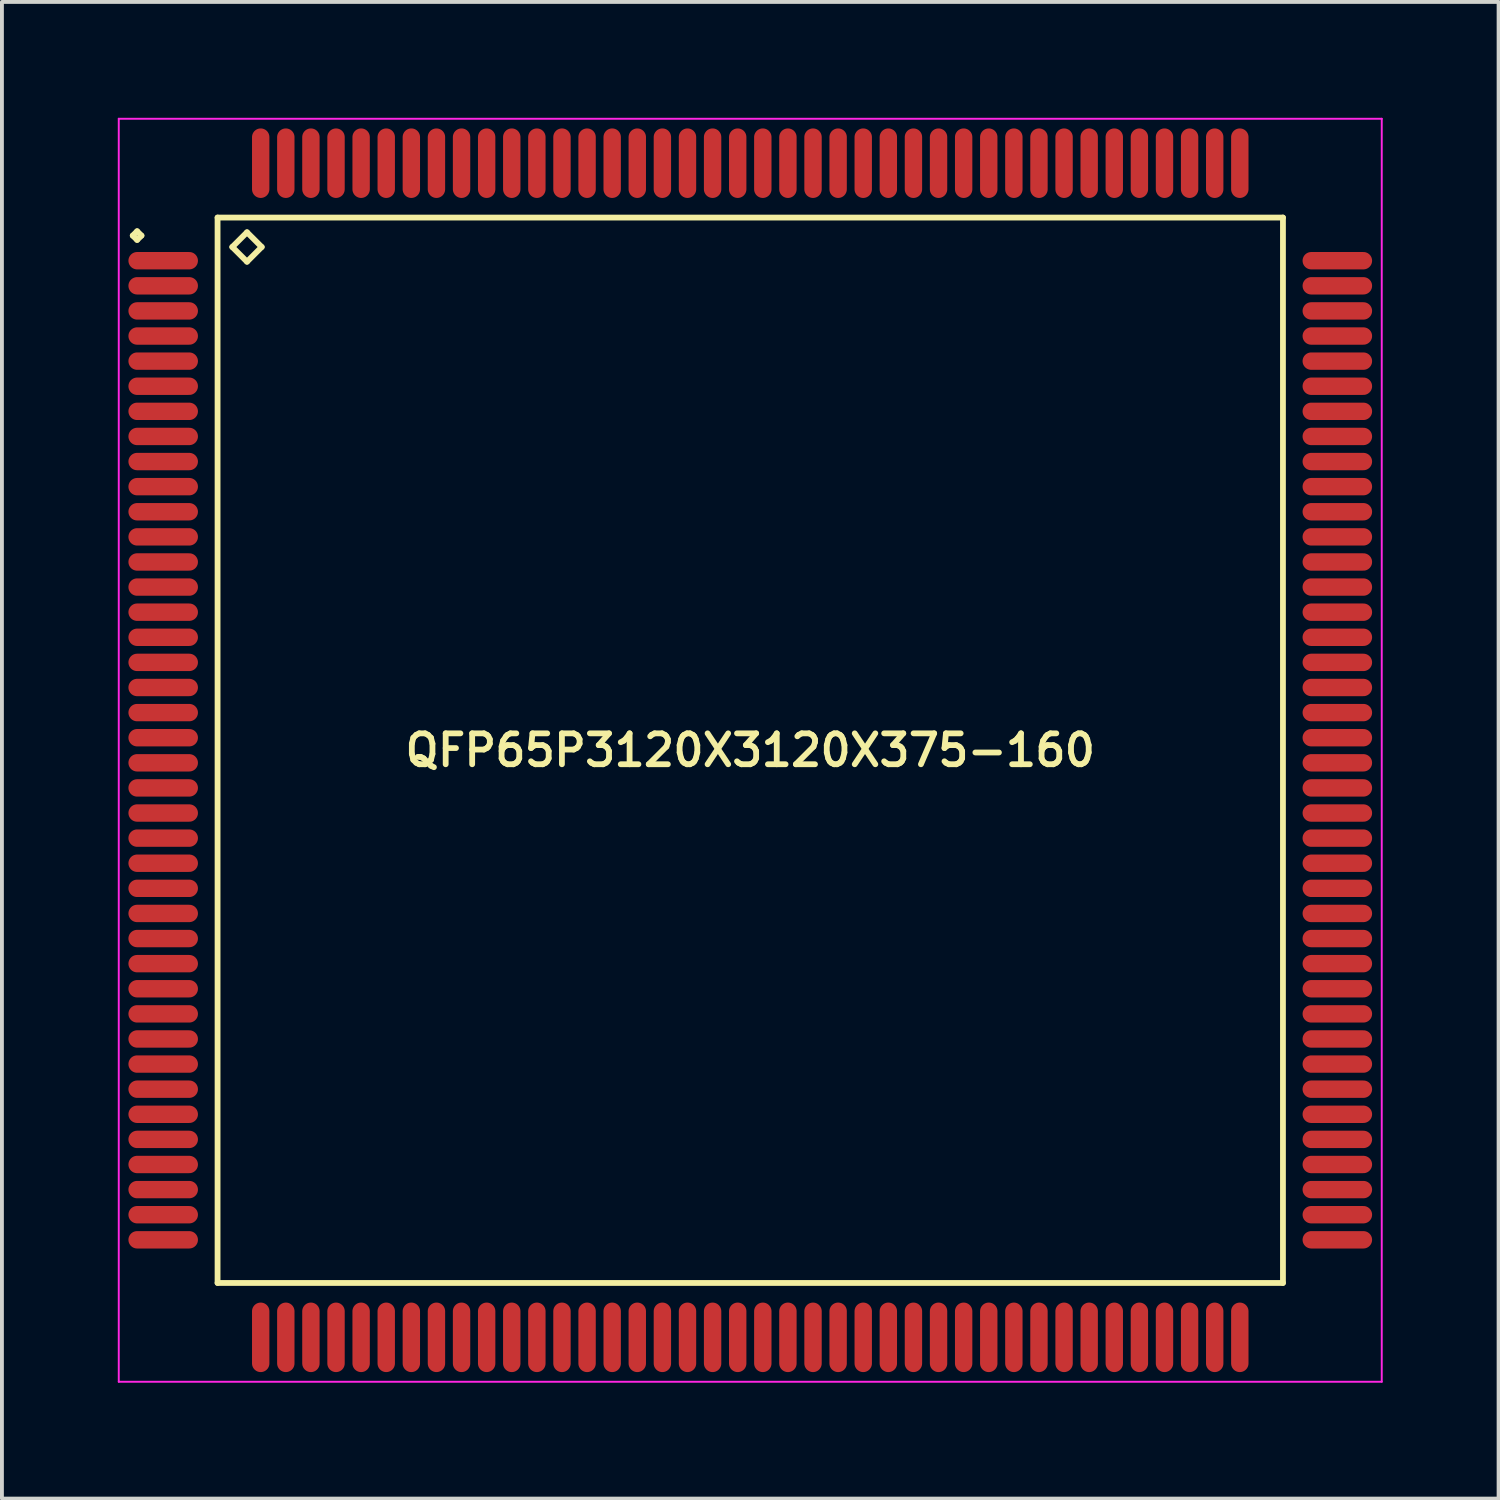
<source format=kicad_pcb>
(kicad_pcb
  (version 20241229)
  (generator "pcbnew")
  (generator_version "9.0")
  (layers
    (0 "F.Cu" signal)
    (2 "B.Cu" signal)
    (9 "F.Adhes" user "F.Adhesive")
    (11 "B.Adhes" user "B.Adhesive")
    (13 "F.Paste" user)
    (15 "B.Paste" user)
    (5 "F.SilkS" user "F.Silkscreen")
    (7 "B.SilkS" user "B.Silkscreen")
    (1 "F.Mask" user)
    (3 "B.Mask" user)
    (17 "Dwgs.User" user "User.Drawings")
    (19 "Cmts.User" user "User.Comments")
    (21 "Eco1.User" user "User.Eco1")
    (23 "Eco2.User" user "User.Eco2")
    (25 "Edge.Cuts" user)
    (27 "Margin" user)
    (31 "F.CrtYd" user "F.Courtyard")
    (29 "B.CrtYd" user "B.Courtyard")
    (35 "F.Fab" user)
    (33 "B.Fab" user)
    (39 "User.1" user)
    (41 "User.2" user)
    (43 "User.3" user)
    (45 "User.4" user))
  (footprint "QFP65P3120X3120X375-160"
    (layer "F.Cu")
    (at 16.375 16.375)
    (property "Reference" "QFP65P3120X3120X375-160" (at 0 0 0) (layer "F.SilkS") (effects (font (size 0.8 0.8) (thickness 0.15))))
    (attr smd)
    (fp_line (start -15.988 -13.325) (end -15.875 -13.438) (stroke (width 0.15) (type solid)) (layer "F.SilkS"))
    (fp_line (start -15.875 -13.438) (end -15.762 -13.325) (stroke (width 0.15) (type solid)) (layer "F.SilkS"))
    (fp_line (start -15.875 -13.213) (end -15.988 -13.325) (stroke (width 0.15) (type solid)) (layer "F.SilkS"))
    (fp_line (start -15.762 -13.325) (end -15.875 -13.213) (stroke (width 0.15) (type solid)) (layer "F.SilkS"))
    (fp_line (start -13.792 -13.792) (end -13.792 13.792) (stroke (width 0.15) (type solid)) (layer "F.SilkS"))
    (fp_line (start -13.792 13.792) (end 13.792 13.792) (stroke (width 0.15) (type solid)) (layer "F.SilkS"))
    (fp_line (start -13.411 -13.03) (end -13.03 -13.411) (stroke (width 0.15) (type solid)) (layer "F.SilkS"))
    (fp_line (start -13.03 -13.411) (end -12.649 -13.03) (stroke (width 0.15) (type solid)) (layer "F.SilkS"))
    (fp_line (start -13.03 -12.649) (end -13.411 -13.03) (stroke (width 0.15) (type solid)) (layer "F.SilkS"))
    (fp_line (start -12.649 -13.03) (end -13.03 -12.649) (stroke (width 0.15) (type solid)) (layer "F.SilkS"))
    (fp_line (start 13.792 -13.792) (end -13.792 -13.792) (stroke (width 0.15) (type solid)) (layer "F.SilkS"))
    (fp_line (start 13.792 13.792) (end 13.792 -13.792) (stroke (width 0.15) (type solid)) (layer "F.SilkS"))
    (fp_line (start -16.35 -16.35) (end 16.35 -16.35) (stroke (width 0.05) (type solid)) (layer "F.CrtYd"))
    (fp_line (start -16.35 16.35) (end -16.35 -16.35) (stroke (width 0.05) (type solid)) (layer "F.CrtYd"))
    (fp_line (start 16.35 -16.35) (end 16.35 16.35) (stroke (width 0.05) (type solid)) (layer "F.CrtYd"))
    (fp_line (start 16.35 16.35) (end -16.35 16.35) (stroke (width 0.05) (type solid)) (layer "F.CrtYd"))
    (pad "1" smd oval (at -15.2 -12.675) (size 1.8 0.45) (layers "F.Cu" "F.Mask" "F.Paste"))
    (pad "2" smd oval (at -15.2 -12.025) (size 1.8 0.45) (layers "F.Cu" "F.Mask" "F.Paste"))
    (pad "3" smd oval (at -15.2 -11.375) (size 1.8 0.45) (layers "F.Cu" "F.Mask" "F.Paste"))
    (pad "4" smd oval (at -15.2 -10.725) (size 1.8 0.45) (layers "F.Cu" "F.Mask" "F.Paste"))
    (pad "5" smd oval (at -15.2 -10.075) (size 1.8 0.45) (layers "F.Cu" "F.Mask" "F.Paste"))
    (pad "6" smd oval (at -15.2 -9.425) (size 1.8 0.45) (layers "F.Cu" "F.Mask" "F.Paste"))
    (pad "7" smd oval (at -15.2 -8.775) (size 1.8 0.45) (layers "F.Cu" "F.Mask" "F.Paste"))
    (pad "8" smd oval (at -15.2 -8.125) (size 1.8 0.45) (layers "F.Cu" "F.Mask" "F.Paste"))
    (pad "9" smd oval (at -15.2 -7.475) (size 1.8 0.45) (layers "F.Cu" "F.Mask" "F.Paste"))
    (pad "10" smd oval (at -15.2 -6.825) (size 1.8 0.45) (layers "F.Cu" "F.Mask" "F.Paste"))
    (pad "11" smd oval (at -15.2 -6.175) (size 1.8 0.45) (layers "F.Cu" "F.Mask" "F.Paste"))
    (pad "12" smd oval (at -15.2 -5.525) (size 1.8 0.45) (layers "F.Cu" "F.Mask" "F.Paste"))
    (pad "13" smd oval (at -15.2 -4.875) (size 1.8 0.45) (layers "F.Cu" "F.Mask" "F.Paste"))
    (pad "14" smd oval (at -15.2 -4.225) (size 1.8 0.45) (layers "F.Cu" "F.Mask" "F.Paste"))
    (pad "15" smd oval (at -15.2 -3.575) (size 1.8 0.45) (layers "F.Cu" "F.Mask" "F.Paste"))
    (pad "16" smd oval (at -15.2 -2.925) (size 1.8 0.45) (layers "F.Cu" "F.Mask" "F.Paste"))
    (pad "17" smd oval (at -15.2 -2.275) (size 1.8 0.45) (layers "F.Cu" "F.Mask" "F.Paste"))
    (pad "18" smd oval (at -15.2 -1.625) (size 1.8 0.45) (layers "F.Cu" "F.Mask" "F.Paste"))
    (pad "19" smd oval (at -15.2 -0.975) (size 1.8 0.45) (layers "F.Cu" "F.Mask" "F.Paste"))
    (pad "20" smd oval (at -15.2 -0.325) (size 1.8 0.45) (layers "F.Cu" "F.Mask" "F.Paste"))
    (pad "21" smd oval (at -15.2 0.325) (size 1.8 0.45) (layers "F.Cu" "F.Mask" "F.Paste"))
    (pad "22" smd oval (at -15.2 0.975) (size 1.8 0.45) (layers "F.Cu" "F.Mask" "F.Paste"))
    (pad "23" smd oval (at -15.2 1.625) (size 1.8 0.45) (layers "F.Cu" "F.Mask" "F.Paste"))
    (pad "24" smd oval (at -15.2 2.275) (size 1.8 0.45) (layers "F.Cu" "F.Mask" "F.Paste"))
    (pad "25" smd oval (at -15.2 2.925) (size 1.8 0.45) (layers "F.Cu" "F.Mask" "F.Paste"))
    (pad "26" smd oval (at -15.2 3.575) (size 1.8 0.45) (layers "F.Cu" "F.Mask" "F.Paste"))
    (pad "27" smd oval (at -15.2 4.225) (size 1.8 0.45) (layers "F.Cu" "F.Mask" "F.Paste"))
    (pad "28" smd oval (at -15.2 4.875) (size 1.8 0.45) (layers "F.Cu" "F.Mask" "F.Paste"))
    (pad "29" smd oval (at -15.2 5.525) (size 1.8 0.45) (layers "F.Cu" "F.Mask" "F.Paste"))
    (pad "30" smd oval (at -15.2 6.175) (size 1.8 0.45) (layers "F.Cu" "F.Mask" "F.Paste"))
    (pad "31" smd oval (at -15.2 6.825) (size 1.8 0.45) (layers "F.Cu" "F.Mask" "F.Paste"))
    (pad "32" smd oval (at -15.2 7.475) (size 1.8 0.45) (layers "F.Cu" "F.Mask" "F.Paste"))
    (pad "33" smd oval (at -15.2 8.125) (size 1.8 0.45) (layers "F.Cu" "F.Mask" "F.Paste"))
    (pad "34" smd oval (at -15.2 8.775) (size 1.8 0.45) (layers "F.Cu" "F.Mask" "F.Paste"))
    (pad "35" smd oval (at -15.2 9.425) (size 1.8 0.45) (layers "F.Cu" "F.Mask" "F.Paste"))
    (pad "36" smd oval (at -15.2 10.075) (size 1.8 0.45) (layers "F.Cu" "F.Mask" "F.Paste"))
    (pad "37" smd oval (at -15.2 10.725) (size 1.8 0.45) (layers "F.Cu" "F.Mask" "F.Paste"))
    (pad "38" smd oval (at -15.2 11.375) (size 1.8 0.45) (layers "F.Cu" "F.Mask" "F.Paste"))
    (pad "39" smd oval (at -15.2 12.025) (size 1.8 0.45) (layers "F.Cu" "F.Mask" "F.Paste"))
    (pad "40" smd oval (at -15.2 12.675) (size 1.8 0.45) (layers "F.Cu" "F.Mask" "F.Paste"))
    (pad "41" smd oval (at -12.675 15.2) (size 0.45 1.8) (layers "F.Cu" "F.Mask" "F.Paste"))
    (pad "42" smd oval (at -12.025 15.2) (size 0.45 1.8) (layers "F.Cu" "F.Mask" "F.Paste"))
    (pad "43" smd oval (at -11.375 15.2) (size 0.45 1.8) (layers "F.Cu" "F.Mask" "F.Paste"))
    (pad "44" smd oval (at -10.725 15.2) (size 0.45 1.8) (layers "F.Cu" "F.Mask" "F.Paste"))
    (pad "45" smd oval (at -10.075 15.2) (size 0.45 1.8) (layers "F.Cu" "F.Mask" "F.Paste"))
    (pad "46" smd oval (at -9.425 15.2) (size 0.45 1.8) (layers "F.Cu" "F.Mask" "F.Paste"))
    (pad "47" smd oval (at -8.775 15.2) (size 0.45 1.8) (layers "F.Cu" "F.Mask" "F.Paste"))
    (pad "48" smd oval (at -8.125 15.2) (size 0.45 1.8) (layers "F.Cu" "F.Mask" "F.Paste"))
    (pad "49" smd oval (at -7.475 15.2) (size 0.45 1.8) (layers "F.Cu" "F.Mask" "F.Paste"))
    (pad "50" smd oval (at -6.825 15.2) (size 0.45 1.8) (layers "F.Cu" "F.Mask" "F.Paste"))
    (pad "51" smd oval (at -6.175 15.2) (size 0.45 1.8) (layers "F.Cu" "F.Mask" "F.Paste"))
    (pad "52" smd oval (at -5.525 15.2) (size 0.45 1.8) (layers "F.Cu" "F.Mask" "F.Paste"))
    (pad "53" smd oval (at -4.875 15.2) (size 0.45 1.8) (layers "F.Cu" "F.Mask" "F.Paste"))
    (pad "54" smd oval (at -4.225 15.2) (size 0.45 1.8) (layers "F.Cu" "F.Mask" "F.Paste"))
    (pad "55" smd oval (at -3.575 15.2) (size 0.45 1.8) (layers "F.Cu" "F.Mask" "F.Paste"))
    (pad "56" smd oval (at -2.925 15.2) (size 0.45 1.8) (layers "F.Cu" "F.Mask" "F.Paste"))
    (pad "57" smd oval (at -2.275 15.2) (size 0.45 1.8) (layers "F.Cu" "F.Mask" "F.Paste"))
    (pad "58" smd oval (at -1.625 15.2) (size 0.45 1.8) (layers "F.Cu" "F.Mask" "F.Paste"))
    (pad "59" smd oval (at -0.975 15.2) (size 0.45 1.8) (layers "F.Cu" "F.Mask" "F.Paste"))
    (pad "60" smd oval (at -0.325 15.2) (size 0.45 1.8) (layers "F.Cu" "F.Mask" "F.Paste"))
    (pad "61" smd oval (at 0.325 15.2) (size 0.45 1.8) (layers "F.Cu" "F.Mask" "F.Paste"))
    (pad "62" smd oval (at 0.975 15.2) (size 0.45 1.8) (layers "F.Cu" "F.Mask" "F.Paste"))
    (pad "63" smd oval (at 1.625 15.2) (size 0.45 1.8) (layers "F.Cu" "F.Mask" "F.Paste"))
    (pad "64" smd oval (at 2.275 15.2) (size 0.45 1.8) (layers "F.Cu" "F.Mask" "F.Paste"))
    (pad "65" smd oval (at 2.925 15.2) (size 0.45 1.8) (layers "F.Cu" "F.Mask" "F.Paste"))
    (pad "66" smd oval (at 3.575 15.2) (size 0.45 1.8) (layers "F.Cu" "F.Mask" "F.Paste"))
    (pad "67" smd oval (at 4.225 15.2) (size 0.45 1.8) (layers "F.Cu" "F.Mask" "F.Paste"))
    (pad "68" smd oval (at 4.875 15.2) (size 0.45 1.8) (layers "F.Cu" "F.Mask" "F.Paste"))
    (pad "69" smd oval (at 5.525 15.2) (size 0.45 1.8) (layers "F.Cu" "F.Mask" "F.Paste"))
    (pad "70" smd oval (at 6.175 15.2) (size 0.45 1.8) (layers "F.Cu" "F.Mask" "F.Paste"))
    (pad "71" smd oval (at 6.825 15.2) (size 0.45 1.8) (layers "F.Cu" "F.Mask" "F.Paste"))
    (pad "72" smd oval (at 7.475 15.2) (size 0.45 1.8) (layers "F.Cu" "F.Mask" "F.Paste"))
    (pad "73" smd oval (at 8.125 15.2) (size 0.45 1.8) (layers "F.Cu" "F.Mask" "F.Paste"))
    (pad "74" smd oval (at 8.775 15.2) (size 0.45 1.8) (layers "F.Cu" "F.Mask" "F.Paste"))
    (pad "75" smd oval (at 9.425 15.2) (size 0.45 1.8) (layers "F.Cu" "F.Mask" "F.Paste"))
    (pad "76" smd oval (at 10.075 15.2) (size 0.45 1.8) (layers "F.Cu" "F.Mask" "F.Paste"))
    (pad "77" smd oval (at 10.725 15.2) (size 0.45 1.8) (layers "F.Cu" "F.Mask" "F.Paste"))
    (pad "78" smd oval (at 11.375 15.2) (size 0.45 1.8) (layers "F.Cu" "F.Mask" "F.Paste"))
    (pad "79" smd oval (at 12.025 15.2) (size 0.45 1.8) (layers "F.Cu" "F.Mask" "F.Paste"))
    (pad "80" smd oval (at 12.675 15.2) (size 0.45 1.8) (layers "F.Cu" "F.Mask" "F.Paste"))
    (pad "81" smd oval (at 15.2 12.675) (size 1.8 0.45) (layers "F.Cu" "F.Mask" "F.Paste"))
    (pad "82" smd oval (at 15.2 12.025) (size 1.8 0.45) (layers "F.Cu" "F.Mask" "F.Paste"))
    (pad "83" smd oval (at 15.2 11.375) (size 1.8 0.45) (layers "F.Cu" "F.Mask" "F.Paste"))
    (pad "84" smd oval (at 15.2 10.725) (size 1.8 0.45) (layers "F.Cu" "F.Mask" "F.Paste"))
    (pad "85" smd oval (at 15.2 10.075) (size 1.8 0.45) (layers "F.Cu" "F.Mask" "F.Paste"))
    (pad "86" smd oval (at 15.2 9.425) (size 1.8 0.45) (layers "F.Cu" "F.Mask" "F.Paste"))
    (pad "87" smd oval (at 15.2 8.775) (size 1.8 0.45) (layers "F.Cu" "F.Mask" "F.Paste"))
    (pad "88" smd oval (at 15.2 8.125) (size 1.8 0.45) (layers "F.Cu" "F.Mask" "F.Paste"))
    (pad "89" smd oval (at 15.2 7.475) (size 1.8 0.45) (layers "F.Cu" "F.Mask" "F.Paste"))
    (pad "90" smd oval (at 15.2 6.825) (size 1.8 0.45) (layers "F.Cu" "F.Mask" "F.Paste"))
    (pad "91" smd oval (at 15.2 6.175) (size 1.8 0.45) (layers "F.Cu" "F.Mask" "F.Paste"))
    (pad "92" smd oval (at 15.2 5.525) (size 1.8 0.45) (layers "F.Cu" "F.Mask" "F.Paste"))
    (pad "93" smd oval (at 15.2 4.875) (size 1.8 0.45) (layers "F.Cu" "F.Mask" "F.Paste"))
    (pad "94" smd oval (at 15.2 4.225) (size 1.8 0.45) (layers "F.Cu" "F.Mask" "F.Paste"))
    (pad "95" smd oval (at 15.2 3.575) (size 1.8 0.45) (layers "F.Cu" "F.Mask" "F.Paste"))
    (pad "96" smd oval (at 15.2 2.925) (size 1.8 0.45) (layers "F.Cu" "F.Mask" "F.Paste"))
    (pad "97" smd oval (at 15.2 2.275) (size 1.8 0.45) (layers "F.Cu" "F.Mask" "F.Paste"))
    (pad "98" smd oval (at 15.2 1.625) (size 1.8 0.45) (layers "F.Cu" "F.Mask" "F.Paste"))
    (pad "99" smd oval (at 15.2 0.975) (size 1.8 0.45) (layers "F.Cu" "F.Mask" "F.Paste"))
    (pad "100" smd oval (at 15.2 0.325) (size 1.8 0.45) (layers "F.Cu" "F.Mask" "F.Paste"))
    (pad "101" smd oval (at 15.2 -0.325) (size 1.8 0.45) (layers "F.Cu" "F.Mask" "F.Paste"))
    (pad "102" smd oval (at 15.2 -0.975) (size 1.8 0.45) (layers "F.Cu" "F.Mask" "F.Paste"))
    (pad "103" smd oval (at 15.2 -1.625) (size 1.8 0.45) (layers "F.Cu" "F.Mask" "F.Paste"))
    (pad "104" smd oval (at 15.2 -2.275) (size 1.8 0.45) (layers "F.Cu" "F.Mask" "F.Paste"))
    (pad "105" smd oval (at 15.2 -2.925) (size 1.8 0.45) (layers "F.Cu" "F.Mask" "F.Paste"))
    (pad "106" smd oval (at 15.2 -3.575) (size 1.8 0.45) (layers "F.Cu" "F.Mask" "F.Paste"))
    (pad "107" smd oval (at 15.2 -4.225) (size 1.8 0.45) (layers "F.Cu" "F.Mask" "F.Paste"))
    (pad "108" smd oval (at 15.2 -4.875) (size 1.8 0.45) (layers "F.Cu" "F.Mask" "F.Paste"))
    (pad "109" smd oval (at 15.2 -5.525) (size 1.8 0.45) (layers "F.Cu" "F.Mask" "F.Paste"))
    (pad "110" smd oval (at 15.2 -6.175) (size 1.8 0.45) (layers "F.Cu" "F.Mask" "F.Paste"))
    (pad "111" smd oval (at 15.2 -6.825) (size 1.8 0.45) (layers "F.Cu" "F.Mask" "F.Paste"))
    (pad "112" smd oval (at 15.2 -7.475) (size 1.8 0.45) (layers "F.Cu" "F.Mask" "F.Paste"))
    (pad "113" smd oval (at 15.2 -8.125) (size 1.8 0.45) (layers "F.Cu" "F.Mask" "F.Paste"))
    (pad "114" smd oval (at 15.2 -8.775) (size 1.8 0.45) (layers "F.Cu" "F.Mask" "F.Paste"))
    (pad "115" smd oval (at 15.2 -9.425) (size 1.8 0.45) (layers "F.Cu" "F.Mask" "F.Paste"))
    (pad "116" smd oval (at 15.2 -10.075) (size 1.8 0.45) (layers "F.Cu" "F.Mask" "F.Paste"))
    (pad "117" smd oval (at 15.2 -10.725) (size 1.8 0.45) (layers "F.Cu" "F.Mask" "F.Paste"))
    (pad "118" smd oval (at 15.2 -11.375) (size 1.8 0.45) (layers "F.Cu" "F.Mask" "F.Paste"))
    (pad "119" smd oval (at 15.2 -12.025) (size 1.8 0.45) (layers "F.Cu" "F.Mask" "F.Paste"))
    (pad "120" smd oval (at 15.2 -12.675) (size 1.8 0.45) (layers "F.Cu" "F.Mask" "F.Paste"))
    (pad "121" smd oval (at 12.675 -15.2) (size 0.45 1.8) (layers "F.Cu" "F.Mask" "F.Paste"))
    (pad "122" smd oval (at 12.025 -15.2) (size 0.45 1.8) (layers "F.Cu" "F.Mask" "F.Paste"))
    (pad "123" smd oval (at 11.375 -15.2) (size 0.45 1.8) (layers "F.Cu" "F.Mask" "F.Paste"))
    (pad "124" smd oval (at 10.725 -15.2) (size 0.45 1.8) (layers "F.Cu" "F.Mask" "F.Paste"))
    (pad "125" smd oval (at 10.075 -15.2) (size 0.45 1.8) (layers "F.Cu" "F.Mask" "F.Paste"))
    (pad "126" smd oval (at 9.425 -15.2) (size 0.45 1.8) (layers "F.Cu" "F.Mask" "F.Paste"))
    (pad "127" smd oval (at 8.775 -15.2) (size 0.45 1.8) (layers "F.Cu" "F.Mask" "F.Paste"))
    (pad "128" smd oval (at 8.125 -15.2) (size 0.45 1.8) (layers "F.Cu" "F.Mask" "F.Paste"))
    (pad "129" smd oval (at 7.475 -15.2) (size 0.45 1.8) (layers "F.Cu" "F.Mask" "F.Paste"))
    (pad "130" smd oval (at 6.825 -15.2) (size 0.45 1.8) (layers "F.Cu" "F.Mask" "F.Paste"))
    (pad "131" smd oval (at 6.175 -15.2) (size 0.45 1.8) (layers "F.Cu" "F.Mask" "F.Paste"))
    (pad "132" smd oval (at 5.525 -15.2) (size 0.45 1.8) (layers "F.Cu" "F.Mask" "F.Paste"))
    (pad "133" smd oval (at 4.875 -15.2) (size 0.45 1.8) (layers "F.Cu" "F.Mask" "F.Paste"))
    (pad "134" smd oval (at 4.225 -15.2) (size 0.45 1.8) (layers "F.Cu" "F.Mask" "F.Paste"))
    (pad "135" smd oval (at 3.575 -15.2) (size 0.45 1.8) (layers "F.Cu" "F.Mask" "F.Paste"))
    (pad "136" smd oval (at 2.925 -15.2) (size 0.45 1.8) (layers "F.Cu" "F.Mask" "F.Paste"))
    (pad "137" smd oval (at 2.275 -15.2) (size 0.45 1.8) (layers "F.Cu" "F.Mask" "F.Paste"))
    (pad "138" smd oval (at 1.625 -15.2) (size 0.45 1.8) (layers "F.Cu" "F.Mask" "F.Paste"))
    (pad "139" smd oval (at 0.975 -15.2) (size 0.45 1.8) (layers "F.Cu" "F.Mask" "F.Paste"))
    (pad "140" smd oval (at 0.325 -15.2) (size 0.45 1.8) (layers "F.Cu" "F.Mask" "F.Paste"))
    (pad "141" smd oval (at -0.325 -15.2) (size 0.45 1.8) (layers "F.Cu" "F.Mask" "F.Paste"))
    (pad "142" smd oval (at -0.975 -15.2) (size 0.45 1.8) (layers "F.Cu" "F.Mask" "F.Paste"))
    (pad "143" smd oval (at -1.625 -15.2) (size 0.45 1.8) (layers "F.Cu" "F.Mask" "F.Paste"))
    (pad "144" smd oval (at -2.275 -15.2) (size 0.45 1.8) (layers "F.Cu" "F.Mask" "F.Paste"))
    (pad "145" smd oval (at -2.925 -15.2) (size 0.45 1.8) (layers "F.Cu" "F.Mask" "F.Paste"))
    (pad "146" smd oval (at -3.575 -15.2) (size 0.45 1.8) (layers "F.Cu" "F.Mask" "F.Paste"))
    (pad "147" smd oval (at -4.225 -15.2) (size 0.45 1.8) (layers "F.Cu" "F.Mask" "F.Paste"))
    (pad "148" smd oval (at -4.875 -15.2) (size 0.45 1.8) (layers "F.Cu" "F.Mask" "F.Paste"))
    (pad "149" smd oval (at -5.525 -15.2) (size 0.45 1.8) (layers "F.Cu" "F.Mask" "F.Paste"))
    (pad "150" smd oval (at -6.175 -15.2) (size 0.45 1.8) (layers "F.Cu" "F.Mask" "F.Paste"))
    (pad "151" smd oval (at -6.825 -15.2) (size 0.45 1.8) (layers "F.Cu" "F.Mask" "F.Paste"))
    (pad "152" smd oval (at -7.475 -15.2) (size 0.45 1.8) (layers "F.Cu" "F.Mask" "F.Paste"))
    (pad "153" smd oval (at -8.125 -15.2) (size 0.45 1.8) (layers "F.Cu" "F.Mask" "F.Paste"))
    (pad "154" smd oval (at -8.775 -15.2) (size 0.45 1.8) (layers "F.Cu" "F.Mask" "F.Paste"))
    (pad "155" smd oval (at -9.425 -15.2) (size 0.45 1.8) (layers "F.Cu" "F.Mask" "F.Paste"))
    (pad "156" smd oval (at -10.075 -15.2) (size 0.45 1.8) (layers "F.Cu" "F.Mask" "F.Paste"))
    (pad "157" smd oval (at -10.725 -15.2) (size 0.45 1.8) (layers "F.Cu" "F.Mask" "F.Paste"))
    (pad "158" smd oval (at -11.375 -15.2) (size 0.45 1.8) (layers "F.Cu" "F.Mask" "F.Paste"))
    (pad "159" smd oval (at -12.025 -15.2) (size 0.45 1.8) (layers "F.Cu" "F.Mask" "F.Paste"))
    (pad "160" smd oval (at -12.675 -15.2) (size 0.45 1.8) (layers "F.Cu" "F.Mask" "F.Paste")))
  (gr_rect
    (start -3 -3)
    (end 35.75 35.75)
    (stroke (width 0.1) (type default))
    (fill no)
    (layer "Edge.Cuts")))
</source>
